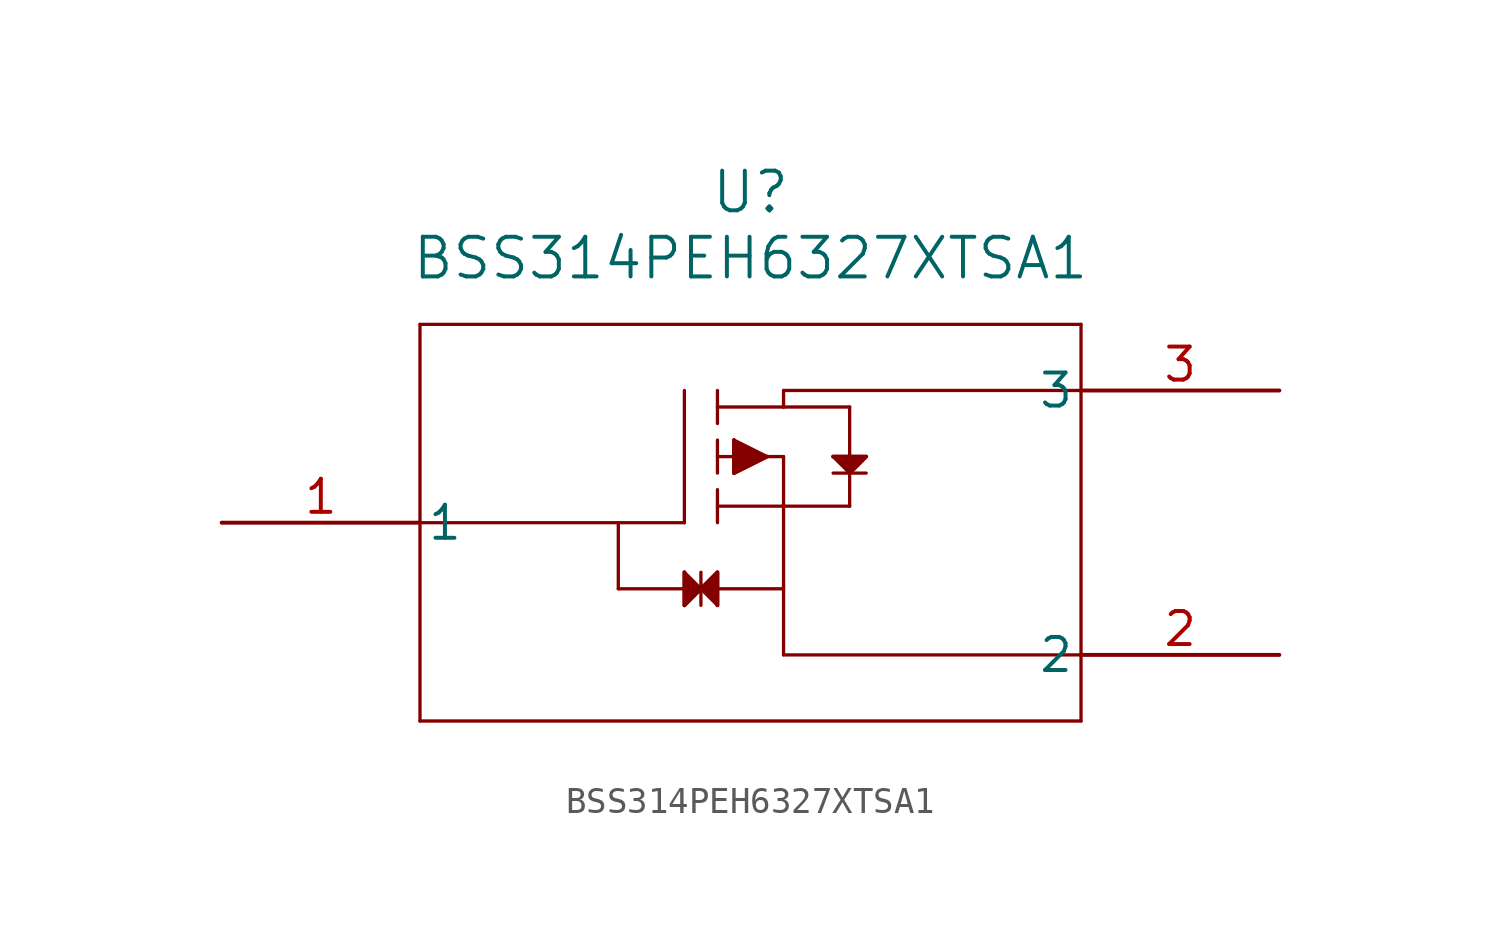
<source format=kicad_sym>
(kicad_symbol_lib
  (version 20211014)
  (generator kicad_symbol_editor)
  (symbol "BSS314PEH6327XTSA1"
    (pin_names
      (offset 0.254))
    (property "Reference" "U"
      (at 20.32 12.7 0)
      (effects (font (size 1.524 1.524))))
    (property "Value" "BSS314PEH6327XTSA1"
      (at 20.32 10.16 0)
      (effects (font (size 1.524 1.524))))
    (property "ki_locked" ""
      (at 0 0 0)
      (effects (font (size 1.27 1.27))))
    (symbol "BSS314PEH6327XTSA1_0_1"
      (polyline (pts (xy 7.62 -7.62) (xy 33.02 -7.62)) (stroke (width 0.127) (type default) (color 0 0 0 0)) (fill (type none)))
      (polyline (pts (xy 7.62 0) (xy 17.78 0)) (stroke (width 0.127) (type default) (color 0 0 0 0)) (fill (type none)))
      (polyline (pts (xy 7.62 7.62) (xy 7.62 -7.62)) (stroke (width 0.127) (type default) (color 0 0 0 0)) (fill (type none)))
      (polyline (pts (xy 15.24 0) (xy 15.24 -2.54)) (stroke (width 0.127) (type default) (color 0 0 0 0)) (fill (type none)))
      (polyline (pts (xy 17.78 -3.175) (xy 19.05 -1.905)) (stroke (width 0.127) (type default) (color 0 0 0 0)) (fill (type none)))
      (polyline (pts (xy 17.78 -2.54) (xy 15.24 -2.54)) (stroke (width 0.127) (type default) (color 0 0 0 0)) (fill (type none)))
      (polyline (pts (xy 17.78 -1.905) (xy 17.78 -3.175)) (stroke (width 0.127) (type default) (color 0 0 0 0)) (fill (type none)))
      (polyline (pts (xy 17.78 -1.905) (xy 19.05 -3.175)) (stroke (width 0.127) (type default) (color 0 0 0 0)) (fill (type none)))
      (polyline (pts (xy 17.78 5.08) (xy 17.78 0)) (stroke (width 0.127) (type default) (color 0 0 0 0)) (fill (type none)))
      (polyline (pts (xy 18.415 -1.905) (xy 18.415 -3.175)) (stroke (width 0.127) (type default) (color 0 0 0 0)) (fill (type none)))
      (polyline (pts (xy 19.05 -2.54) (xy 21.59 -2.54)) (stroke (width 0.127) (type default) (color 0 0 0 0)) (fill (type none)))
      (polyline (pts (xy 19.05 -1.905) (xy 19.05 -3.175)) (stroke (width 0.127) (type default) (color 0 0 0 0)) (fill (type none)))
      (polyline (pts (xy 19.05 0.635) (xy 24.13 0.635)) (stroke (width 0.127) (type default) (color 0 0 0 0)) (fill (type none)))
      (polyline (pts (xy 19.05 1.27) (xy 19.05 0)) (stroke (width 0.127) (type default) (color 0 0 0 0)) (fill (type none)))
      (polyline (pts (xy 19.05 3.175) (xy 19.05 1.905)) (stroke (width 0.127) (type default) (color 0 0 0 0)) (fill (type none)))
      (polyline (pts (xy 19.05 4.445) (xy 21.59 4.445)) (stroke (width 0.127) (type default) (color 0 0 0 0)) (fill (type none)))
      (polyline (pts (xy 19.05 5.08) (xy 19.05 3.81)) (stroke (width 0.127) (type default) (color 0 0 0 0)) (fill (type none)))
      (polyline (pts (xy 19.685 1.905) (xy 20.955 2.54)) (stroke (width 0.127) (type default) (color 0 0 0 0)) (fill (type none)))
      (polyline (pts (xy 19.685 2.54) (xy 19.05 2.54)) (stroke (width 0.127) (type default) (color 0 0 0 0)) (fill (type none)))
      (polyline (pts (xy 19.685 3.175) (xy 19.685 1.905)) (stroke (width 0.127) (type default) (color 0 0 0 0)) (fill (type none)))
      (polyline (pts (xy 20.955 2.54) (xy 19.685 3.175)) (stroke (width 0.127) (type default) (color 0 0 0 0)) (fill (type none)))
      (polyline (pts (xy 20.955 2.54) (xy 21.59 2.54)) (stroke (width 0.127) (type default) (color 0 0 0 0)) (fill (type none)))
      (polyline (pts (xy 21.59 -5.08) (xy 33.02 -5.08)) (stroke (width 0.127) (type default) (color 0 0 0 0)) (fill (type none)))
      (polyline (pts (xy 21.59 2.54) (xy 21.59 -5.08)) (stroke (width 0.127) (type default) (color 0 0 0 0)) (fill (type none)))
      (polyline (pts (xy 21.59 4.445) (xy 21.59 5.08)) (stroke (width 0.127) (type default) (color 0 0 0 0)) (fill (type none)))
      (polyline (pts (xy 21.59 4.445) (xy 24.13 4.445)) (stroke (width 0.127) (type default) (color 0 0 0 0)) (fill (type none)))
      (polyline (pts (xy 21.59 5.08) (xy 33.02 5.08)) (stroke (width 0.127) (type default) (color 0 0 0 0)) (fill (type none)))
      (polyline (pts (xy 23.495 1.905) (xy 24.765 1.905)) (stroke (width 0.127) (type default) (color 0 0 0 0)) (fill (type none)))
      (polyline (pts (xy 23.495 2.54) (xy 24.13 1.905)) (stroke (width 0.127) (type default) (color 0 0 0 0)) (fill (type none)))
      (polyline (pts (xy 24.13 1.905) (xy 24.13 0.635)) (stroke (width 0.127) (type default) (color 0 0 0 0)) (fill (type none)))
      (polyline (pts (xy 24.13 1.905) (xy 24.765 2.54)) (stroke (width 0.127) (type default) (color 0 0 0 0)) (fill (type none)))
      (polyline (pts (xy 24.13 4.445) (xy 24.13 2.54)) (stroke (width 0.127) (type default) (color 0 0 0 0)) (fill (type none)))
      (polyline (pts (xy 24.765 2.54) (xy 23.495 2.54)) (stroke (width 0.127) (type default) (color 0 0 0 0)) (fill (type none)))
      (polyline (pts (xy 33.02 -7.62) (xy 33.02 7.62)) (stroke (width 0.127) (type default) (color 0 0 0 0)) (fill (type none)))
      (polyline (pts (xy 33.02 7.62) (xy 7.62 7.62)) (stroke (width 0.127) (type default) (color 0 0 0 0)) (fill (type none)))
      (polyline (pts (xy 19.685 3.175) (xy 19.685 1.905) (xy 20.955 2.54)) (stroke (width 0) (type default) (color 0 0 0 0)) (fill (type outline)))
      (polyline (pts (xy 23.495 2.54) (xy 24.765 2.54) (xy 24.13 1.905)) (stroke (width 0) (type default) (color 0 0 0 0)) (fill (type outline)))
      (polyline (pts (xy 17.78 -1.905) (xy 17.78 -3.175) (xy 19.05 -1.905) (xy 19.05 -3.175)) (stroke (width 0) (type default) (color 0 0 0 0)) (fill (type outline)))
      (pin passive line (at 0 0 0) (length 7.62) (name "1" (effects (font (size 1.27 1.27)))) (number "1" (effects (font (size 1.27 1.27)))))
      (pin passive line (at 40.64 -5.08 180) (length 7.62) (name "2" (effects (font (size 1.27 1.27)))) (number "2" (effects (font (size 1.27 1.27)))))
      (pin passive line (at 40.64 5.08 180) (length 7.62) (name "3" (effects (font (size 1.27 1.27)))) (number "3" (effects (font (size 1.27 1.27))))))))
</source>
